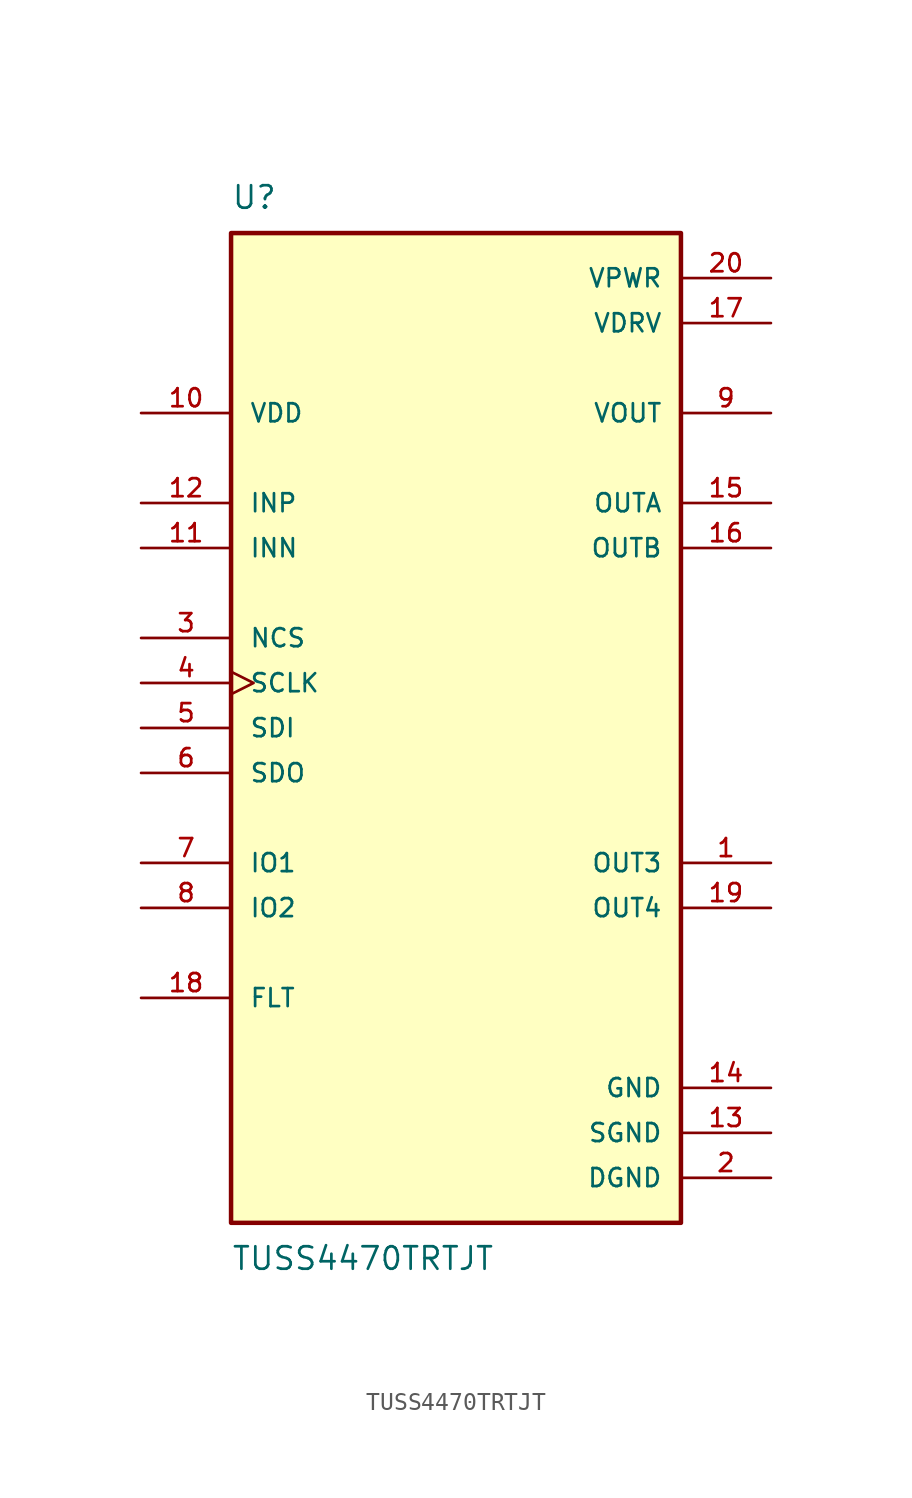
<source format=kicad_sym>
(kicad_symbol_lib
  (version 20241209)
  (generator "kicad_symbol_editor")
  (generator_version "9.0")
  (symbol "TUSS4470TRTJT"
    (pin_names
      (offset 1.016))
    (property "Reference" "U"
      (at -12.7 29.21 0)
      (effects (font (size 1.27 1.27)) (justify left bottom)))
    (property "Value" "TUSS4470TRTJT"
      (at -12.7 -29.21 0)
      (effects (font (size 1.27 1.27)) (justify left top)))
    (symbol "TUSS4470TRTJT_0_0"
      (rectangle (start -12.7 -27.94) (end 12.7 27.94) (stroke (width 0.254) (type default)) (fill (type background)))
      (pin input line (at -17.78 17.78 0) (length 5.08) (name "VDD" (effects (font (size 1.016 1.016)))) (number "10" (effects (font (size 1.016 1.016)))))
      (pin input line (at -17.78 12.7 0) (length 5.08) (name "INP" (effects (font (size 1.016 1.016)))) (number "12" (effects (font (size 1.016 1.016)))))
      (pin input line (at -17.78 10.16 0) (length 5.08) (name "INN" (effects (font (size 1.016 1.016)))) (number "11" (effects (font (size 1.016 1.016)))))
      (pin input line (at -17.78 5.08 0) (length 5.08) (name "NCS" (effects (font (size 1.016 1.016)))) (number "3" (effects (font (size 1.016 1.016)))))
      (pin input clock (at -17.78 2.54 0) (length 5.08) (name "SCLK" (effects (font (size 1.016 1.016)))) (number "4" (effects (font (size 1.016 1.016)))))
      (pin input line (at -17.78 0 0) (length 5.08) (name "SDI" (effects (font (size 1.016 1.016)))) (number "5" (effects (font (size 1.016 1.016)))))
      (pin output line (at -17.78 -2.54 0) (length 5.08) (name "SDO" (effects (font (size 1.016 1.016)))) (number "6" (effects (font (size 1.016 1.016)))))
      (pin bidirectional line (at -17.78 -7.62 0) (length 5.08) (name "IO1" (effects (font (size 1.016 1.016)))) (number "7" (effects (font (size 1.016 1.016)))))
      (pin bidirectional line (at -17.78 -10.16 0) (length 5.08) (name "IO2" (effects (font (size 1.016 1.016)))) (number "8" (effects (font (size 1.016 1.016)))))
      (pin bidirectional line (at -17.78 -15.24 0) (length 5.08) (name "FLT" (effects (font (size 1.016 1.016)))) (number "18" (effects (font (size 1.016 1.016)))))
      (pin power_in line (at 17.78 25.4 180) (length 5.08) (name "VPWR" (effects (font (size 1.016 1.016)))) (number "20" (effects (font (size 1.016 1.016)))))
      (pin power_in line (at 17.78 22.86 180) (length 5.08) (name "VDRV" (effects (font (size 1.016 1.016)))) (number "17" (effects (font (size 1.016 1.016)))))
      (pin output line (at 17.78 17.78 180) (length 5.08) (name "VOUT" (effects (font (size 1.016 1.016)))) (number "9" (effects (font (size 1.016 1.016)))))
      (pin output line (at 17.78 12.7 180) (length 5.08) (name "OUTA" (effects (font (size 1.016 1.016)))) (number "15" (effects (font (size 1.016 1.016)))))
      (pin output line (at 17.78 10.16 180) (length 5.08) (name "OUTB" (effects (font (size 1.016 1.016)))) (number "16" (effects (font (size 1.016 1.016)))))
      (pin output line (at 17.78 -7.62 180) (length 5.08) (name "OUT3" (effects (font (size 1.016 1.016)))) (number "1" (effects (font (size 1.016 1.016)))))
      (pin output line (at 17.78 -10.16 180) (length 5.08) (name "OUT4" (effects (font (size 1.016 1.016)))) (number "19" (effects (font (size 1.016 1.016)))))
      (pin power_in line (at 17.78 -20.32 180) (length 5.08) (name "GND" (effects (font (size 1.016 1.016)))) (number "14" (effects (font (size 1.016 1.016)))))
      (pin power_in line (at 17.78 -22.86 180) (length 5.08) (name "SGND" (effects (font (size 1.016 1.016)))) (number "13" (effects (font (size 1.016 1.016)))))
      (pin power_in line (at 17.78 -25.4 180) (length 5.08) (name "DGND" (effects (font (size 1.016 1.016)))) (number "2" (effects (font (size 1.016 1.016))))))))
</source>
